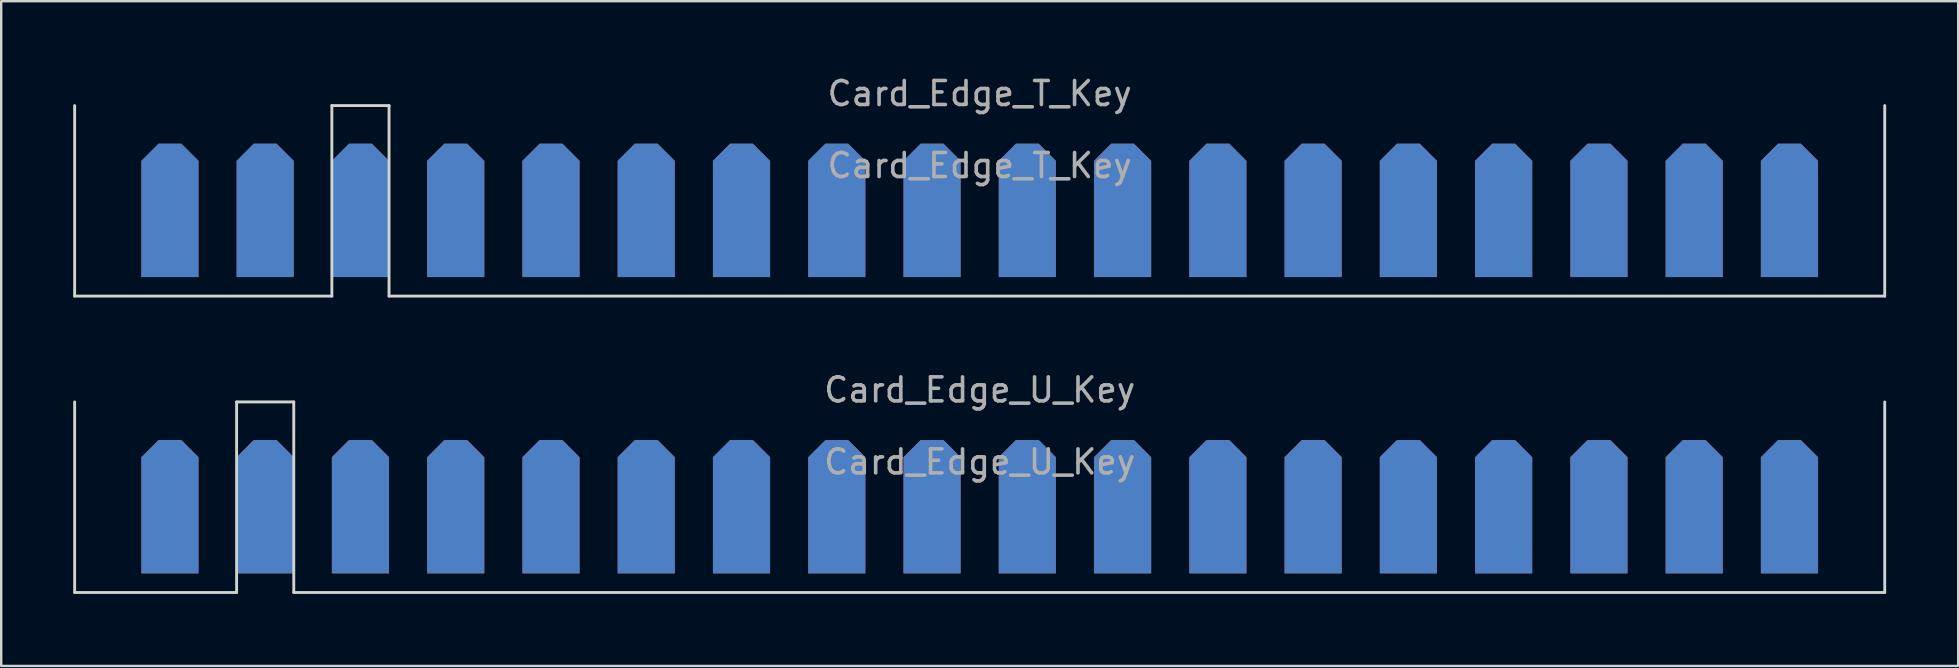
<source format=kicad_pcb>
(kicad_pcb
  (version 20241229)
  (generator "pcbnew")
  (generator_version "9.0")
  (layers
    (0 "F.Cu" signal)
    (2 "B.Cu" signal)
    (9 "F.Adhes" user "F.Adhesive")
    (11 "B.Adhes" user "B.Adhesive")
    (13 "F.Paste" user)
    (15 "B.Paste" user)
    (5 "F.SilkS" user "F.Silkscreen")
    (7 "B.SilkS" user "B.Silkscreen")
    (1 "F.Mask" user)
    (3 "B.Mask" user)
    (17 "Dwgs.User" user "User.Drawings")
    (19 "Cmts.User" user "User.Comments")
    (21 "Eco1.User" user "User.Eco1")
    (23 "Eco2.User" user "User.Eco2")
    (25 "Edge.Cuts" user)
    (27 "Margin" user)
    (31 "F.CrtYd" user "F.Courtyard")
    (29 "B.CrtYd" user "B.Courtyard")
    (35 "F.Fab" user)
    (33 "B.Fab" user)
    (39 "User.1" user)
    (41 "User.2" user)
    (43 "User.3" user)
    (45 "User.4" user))
  (footprint "Card_Edge_T_Key"
    (layer "F.Cu")
    (at 37.763 1.348)
    (property "Reference" "Card_Edge_T_Key" (at 0 -0.5 0) (unlocked yes) (layer "F.Fab") (effects (font (size 1 1) (thickness 0.15))))
    (fp_line (start -37.703 7.938) (end -37.703 0) (stroke (width 0.12) (type solid)) (layer "Edge.Cuts"))
    (fp_line (start -26.988 0) (end -26.988 7.938) (stroke (width 0.12) (type solid)) (layer "Edge.Cuts"))
    (fp_line (start -26.988 7.938) (end -37.703 7.938) (stroke (width 0.12) (type solid)) (layer "Edge.Cuts"))
    (fp_line (start -24.606 0) (end -26.988 0) (stroke (width 0.12) (type solid)) (layer "Edge.Cuts"))
    (fp_line (start -24.606 7.938) (end -24.606 0) (stroke (width 0.12) (type solid)) (layer "Edge.Cuts"))
    (fp_line (start 37.703 0) (end 37.703 7.938) (stroke (width 0.12) (type solid)) (layer "Edge.Cuts"))
    (fp_line (start 37.703 7.938) (end -24.606 7.938) (stroke (width 0.12) (type solid)) (layer "Edge.Cuts"))
    (fp_text user "${REFERENCE}" (at 0 2.5 0) (unlocked yes) (layer "F.Fab") (effects (font (size 1 1) (thickness 0.15))))
    (pad "a1" connect roundrect (at 33.734 4.366) (size 2.381 5.556) (layers "B.Cu" "B.Mask") (roundrect_rratio 0) (chamfer_ratio 0.3) (chamfer top_left top_right))
    (pad "a2" connect roundrect (at 29.766 4.366) (size 2.381 5.556) (layers "B.Cu" "B.Mask") (roundrect_rratio 0) (chamfer_ratio 0.3) (chamfer top_left top_right))
    (pad "a3" connect roundrect (at 25.797 4.366) (size 2.381 5.556) (layers "B.Cu" "B.Mask") (roundrect_rratio 0) (chamfer_ratio 0.3) (chamfer top_left top_right))
    (pad "a4" connect roundrect (at 21.828 4.366) (size 2.381 5.556) (layers "B.Cu" "B.Mask") (roundrect_rratio 0) (chamfer_ratio 0.3) (chamfer top_left top_right))
    (pad "a5" connect roundrect (at 17.859 4.366) (size 2.381 5.556) (layers "B.Cu" "B.Mask") (roundrect_rratio 0) (chamfer_ratio 0.3) (chamfer top_left top_right))
    (pad "a6" connect roundrect (at 13.891 4.366) (size 2.381 5.556) (layers "B.Cu" "B.Mask") (roundrect_rratio 0) (chamfer_ratio 0.3) (chamfer top_left top_right))
    (pad "a7" connect roundrect (at 9.922 4.366) (size 2.381 5.556) (layers "B.Cu" "B.Mask") (roundrect_rratio 0) (chamfer_ratio 0.3) (chamfer top_left top_right))
    (pad "a8" connect roundrect (at 5.953 4.366) (size 2.381 5.556) (layers "B.Cu" "B.Mask") (roundrect_rratio 0) (chamfer_ratio 0.3) (chamfer top_left top_right))
    (pad "a9" connect roundrect (at 1.984 4.366) (size 2.381 5.556) (layers "B.Cu" "B.Mask") (roundrect_rratio 0) (chamfer_ratio 0.3) (chamfer top_left top_right))
    (pad "a10" connect roundrect (at -1.984 4.366) (size 2.381 5.556) (layers "B.Cu" "B.Mask") (roundrect_rratio 0) (chamfer_ratio 0.3) (chamfer top_left top_right))
    (pad "a11" connect roundrect (at -5.953 4.366) (size 2.381 5.556) (layers "B.Cu" "B.Mask") (roundrect_rratio 0) (chamfer_ratio 0.3) (chamfer top_left top_right))
    (pad "a12" connect roundrect (at -9.922 4.366) (size 2.381 5.556) (layers "B.Cu" "B.Mask") (roundrect_rratio 0) (chamfer_ratio 0.3) (chamfer top_left top_right))
    (pad "a13" connect roundrect (at -13.891 4.366) (size 2.381 5.556) (layers "B.Cu" "B.Mask") (roundrect_rratio 0) (chamfer_ratio 0.3) (chamfer top_left top_right))
    (pad "a14" connect roundrect (at -17.859 4.366) (size 2.381 5.556) (layers "B.Cu" "B.Mask") (roundrect_rratio 0) (chamfer_ratio 0.3) (chamfer top_left top_right))
    (pad "a15" connect roundrect (at -21.828 4.366) (size 2.381 5.556) (layers "B.Cu" "B.Mask") (roundrect_rratio 0) (chamfer_ratio 0.3) (chamfer top_left top_right))
    (pad "a16" connect roundrect (at -25.797 4.366) (size 2.381 5.556) (layers "B.Cu" "B.Mask") (roundrect_rratio 0) (chamfer_ratio 0.3) (chamfer top_left top_right))
    (pad "a17" connect roundrect (at -29.766 4.366) (size 2.381 5.556) (layers "B.Cu" "B.Mask") (roundrect_rratio 0) (chamfer_ratio 0.3) (chamfer top_left top_right))
    (pad "a18" connect roundrect (at -33.734 4.366) (size 2.381 5.556) (layers "B.Cu" "B.Mask") (roundrect_rratio 0) (chamfer_ratio 0.3) (chamfer top_left top_right))
    (pad "b1" connect roundrect (at 33.734 4.366) (size 2.381 5.556) (layers "F.Cu" "F.Mask") (roundrect_rratio 0) (chamfer_ratio 0.3) (chamfer top_left top_right))
    (pad "b2" connect roundrect (at 29.766 4.366) (size 2.381 5.556) (layers "F.Cu" "F.Mask") (roundrect_rratio 0) (chamfer_ratio 0.3) (chamfer top_left top_right))
    (pad "b3" connect roundrect (at 25.797 4.366) (size 2.381 5.556) (layers "F.Cu" "F.Mask") (roundrect_rratio 0) (chamfer_ratio 0.3) (chamfer top_left top_right))
    (pad "b4" connect roundrect (at 21.828 4.366) (size 2.381 5.556) (layers "F.Cu" "F.Mask") (roundrect_rratio 0) (chamfer_ratio 0.3) (chamfer top_left top_right))
    (pad "b5" connect roundrect (at 17.859 4.366) (size 2.381 5.556) (layers "F.Cu" "F.Mask") (roundrect_rratio 0) (chamfer_ratio 0.3) (chamfer top_left top_right))
    (pad "b6" connect roundrect (at 13.891 4.366) (size 2.381 5.556) (layers "F.Cu" "F.Mask") (roundrect_rratio 0) (chamfer_ratio 0.3) (chamfer top_left top_right))
    (pad "b7" connect roundrect (at 9.922 4.366) (size 2.381 5.556) (layers "F.Cu" "F.Mask") (roundrect_rratio 0) (chamfer_ratio 0.3) (chamfer top_left top_right))
    (pad "b8" connect roundrect (at 5.953 4.366) (size 2.381 5.556) (layers "F.Cu" "F.Mask") (roundrect_rratio 0) (chamfer_ratio 0.3) (chamfer top_left top_right))
    (pad "b9" connect roundrect (at 1.984 4.366) (size 2.381 5.556) (layers "F.Cu" "F.Mask") (roundrect_rratio 0) (chamfer_ratio 0.3) (chamfer top_left top_right))
    (pad "b10" connect roundrect (at -1.984 4.366) (size 2.381 5.556) (layers "F.Cu" "F.Mask") (roundrect_rratio 0) (chamfer_ratio 0.3) (chamfer top_left top_right))
    (pad "b11" connect roundrect (at -5.953 4.366) (size 2.381 5.556) (layers "F.Cu" "F.Mask") (roundrect_rratio 0) (chamfer_ratio 0.3) (chamfer top_left top_right))
    (pad "b12" connect roundrect (at -9.922 4.366) (size 2.381 5.556) (layers "F.Cu" "F.Mask") (roundrect_rratio 0) (chamfer_ratio 0.3) (chamfer top_left top_right))
    (pad "b13" connect roundrect (at -13.891 4.366) (size 2.381 5.556) (layers "F.Cu" "F.Mask") (roundrect_rratio 0) (chamfer_ratio 0.3) (chamfer top_left top_right))
    (pad "b14" connect roundrect (at -17.859 4.366) (size 2.381 5.556) (layers "F.Cu" "F.Mask") (roundrect_rratio 0) (chamfer_ratio 0.3) (chamfer top_left top_right))
    (pad "b15" connect roundrect (at -21.828 4.366) (size 2.381 5.556) (layers "F.Cu" "F.Mask") (roundrect_rratio 0) (chamfer_ratio 0.3) (chamfer top_left top_right))
    (pad "b16" connect roundrect (at -25.797 4.366) (size 2.381 5.556) (layers "F.Cu" "F.Mask") (roundrect_rratio 0) (chamfer_ratio 0.3) (chamfer top_left top_right))
    (pad "b17" connect roundrect (at -29.766 4.366) (size 2.381 5.556) (layers "F.Cu" "F.Mask") (roundrect_rratio 0) (chamfer_ratio 0.3) (chamfer top_left top_right))
    (pad "b18" connect roundrect (at -33.734 4.366) (size 2.381 5.556) (layers "F.Cu" "F.Mask") (roundrect_rratio 0) (chamfer_ratio 0.3) (chamfer top_left top_right)))
  (footprint "Card_Edge_U_Key"
    (layer "F.Cu")
    (at 37.763 13.694)
    (property "Reference" "Card_Edge_U_Key" (at 0 -0.5 0) (unlocked yes) (layer "F.Fab") (effects (font (size 1 1) (thickness 0.15))))
    (fp_line (start -37.703 7.938) (end -37.703 0) (stroke (width 0.12) (type solid)) (layer "Edge.Cuts"))
    (fp_line (start -30.956 0) (end -30.956 7.938) (stroke (width 0.12) (type solid)) (layer "Edge.Cuts"))
    (fp_line (start -30.956 0) (end -28.575 0) (stroke (width 0.12) (type solid)) (layer "Edge.Cuts"))
    (fp_line (start -30.956 7.938) (end -37.703 7.938) (stroke (width 0.12) (type solid)) (layer "Edge.Cuts"))
    (fp_line (start -28.575 7.938) (end -28.575 0) (stroke (width 0.12) (type solid)) (layer "Edge.Cuts"))
    (fp_line (start 37.703 0) (end 37.703 7.938) (stroke (width 0.12) (type solid)) (layer "Edge.Cuts"))
    (fp_line (start 37.703 7.938) (end -28.575 7.938) (stroke (width 0.12) (type solid)) (layer "Edge.Cuts"))
    (fp_text user "${REFERENCE}" (at 0 2.5 0) (unlocked yes) (layer "F.Fab") (effects (font (size 1 1) (thickness 0.15))))
    (pad "a1" connect roundrect (at 33.734 4.366) (size 2.381 5.556) (layers "B.Cu" "B.Mask") (roundrect_rratio 0) (chamfer_ratio 0.3) (chamfer top_left top_right))
    (pad "a2" connect roundrect (at 29.766 4.366) (size 2.381 5.556) (layers "B.Cu" "B.Mask") (roundrect_rratio 0) (chamfer_ratio 0.3) (chamfer top_left top_right))
    (pad "a3" connect roundrect (at 25.797 4.366) (size 2.381 5.556) (layers "B.Cu" "B.Mask") (roundrect_rratio 0) (chamfer_ratio 0.3) (chamfer top_left top_right))
    (pad "a4" connect roundrect (at 21.828 4.366) (size 2.381 5.556) (layers "B.Cu" "B.Mask") (roundrect_rratio 0) (chamfer_ratio 0.3) (chamfer top_left top_right))
    (pad "a5" connect roundrect (at 17.859 4.366) (size 2.381 5.556) (layers "B.Cu" "B.Mask") (roundrect_rratio 0) (chamfer_ratio 0.3) (chamfer top_left top_right))
    (pad "a6" connect roundrect (at 13.891 4.366) (size 2.381 5.556) (layers "B.Cu" "B.Mask") (roundrect_rratio 0) (chamfer_ratio 0.3) (chamfer top_left top_right))
    (pad "a7" connect roundrect (at 9.922 4.366) (size 2.381 5.556) (layers "B.Cu" "B.Mask") (roundrect_rratio 0) (chamfer_ratio 0.3) (chamfer top_left top_right))
    (pad "a8" connect roundrect (at 5.953 4.366) (size 2.381 5.556) (layers "B.Cu" "B.Mask") (roundrect_rratio 0) (chamfer_ratio 0.3) (chamfer top_left top_right))
    (pad "a9" connect roundrect (at 1.984 4.366) (size 2.381 5.556) (layers "B.Cu" "B.Mask") (roundrect_rratio 0) (chamfer_ratio 0.3) (chamfer top_left top_right))
    (pad "a10" connect roundrect (at -1.984 4.366) (size 2.381 5.556) (layers "B.Cu" "B.Mask") (roundrect_rratio 0) (chamfer_ratio 0.3) (chamfer top_left top_right))
    (pad "a11" connect roundrect (at -5.953 4.366) (size 2.381 5.556) (layers "B.Cu" "B.Mask") (roundrect_rratio 0) (chamfer_ratio 0.3) (chamfer top_left top_right))
    (pad "a12" connect roundrect (at -9.922 4.366) (size 2.381 5.556) (layers "B.Cu" "B.Mask") (roundrect_rratio 0) (chamfer_ratio 0.3) (chamfer top_left top_right))
    (pad "a13" connect roundrect (at -13.891 4.366) (size 2.381 5.556) (layers "B.Cu" "B.Mask") (roundrect_rratio 0) (chamfer_ratio 0.3) (chamfer top_left top_right))
    (pad "a14" connect roundrect (at -17.859 4.366) (size 2.381 5.556) (layers "B.Cu" "B.Mask") (roundrect_rratio 0) (chamfer_ratio 0.3) (chamfer top_left top_right))
    (pad "a15" connect roundrect (at -21.828 4.366) (size 2.381 5.556) (layers "B.Cu" "B.Mask") (roundrect_rratio 0) (chamfer_ratio 0.3) (chamfer top_left top_right))
    (pad "a16" connect roundrect (at -25.797 4.366) (size 2.381 5.556) (layers "B.Cu" "B.Mask") (roundrect_rratio 0) (chamfer_ratio 0.3) (chamfer top_left top_right))
    (pad "a17" connect roundrect (at -29.766 4.366) (size 2.381 5.556) (layers "B.Cu" "B.Mask") (roundrect_rratio 0) (chamfer_ratio 0.3) (chamfer top_left top_right))
    (pad "a18" connect roundrect (at -33.734 4.366) (size 2.381 5.556) (layers "B.Cu" "B.Mask") (roundrect_rratio 0) (chamfer_ratio 0.3) (chamfer top_left top_right))
    (pad "b1" connect roundrect (at 33.734 4.366) (size 2.381 5.556) (layers "F.Cu" "F.Mask") (roundrect_rratio 0) (chamfer_ratio 0.3) (chamfer top_left top_right))
    (pad "b2" connect roundrect (at 29.766 4.366) (size 2.381 5.556) (layers "F.Cu" "F.Mask") (roundrect_rratio 0) (chamfer_ratio 0.3) (chamfer top_left top_right))
    (pad "b3" connect roundrect (at 25.797 4.366) (size 2.381 5.556) (layers "F.Cu" "F.Mask") (roundrect_rratio 0) (chamfer_ratio 0.3) (chamfer top_left top_right))
    (pad "b4" connect roundrect (at 21.828 4.366) (size 2.381 5.556) (layers "F.Cu" "F.Mask") (roundrect_rratio 0) (chamfer_ratio 0.3) (chamfer top_left top_right))
    (pad "b5" connect roundrect (at 17.859 4.366) (size 2.381 5.556) (layers "F.Cu" "F.Mask") (roundrect_rratio 0) (chamfer_ratio 0.3) (chamfer top_left top_right))
    (pad "b6" connect roundrect (at 13.891 4.366) (size 2.381 5.556) (layers "F.Cu" "F.Mask") (roundrect_rratio 0) (chamfer_ratio 0.3) (chamfer top_left top_right))
    (pad "b7" connect roundrect (at 9.922 4.366) (size 2.381 5.556) (layers "F.Cu" "F.Mask") (roundrect_rratio 0) (chamfer_ratio 0.3) (chamfer top_left top_right))
    (pad "b8" connect roundrect (at 5.953 4.366) (size 2.381 5.556) (layers "F.Cu" "F.Mask") (roundrect_rratio 0) (chamfer_ratio 0.3) (chamfer top_left top_right))
    (pad "b9" connect roundrect (at 1.984 4.366) (size 2.381 5.556) (layers "F.Cu" "F.Mask") (roundrect_rratio 0) (chamfer_ratio 0.3) (chamfer top_left top_right))
    (pad "b10" connect roundrect (at -1.984 4.366) (size 2.381 5.556) (layers "F.Cu" "F.Mask") (roundrect_rratio 0) (chamfer_ratio 0.3) (chamfer top_left top_right))
    (pad "b11" connect roundrect (at -5.953 4.366) (size 2.381 5.556) (layers "F.Cu" "F.Mask") (roundrect_rratio 0) (chamfer_ratio 0.3) (chamfer top_left top_right))
    (pad "b12" connect roundrect (at -9.922 4.366) (size 2.381 5.556) (layers "F.Cu" "F.Mask") (roundrect_rratio 0) (chamfer_ratio 0.3) (chamfer top_left top_right))
    (pad "b13" connect roundrect (at -13.891 4.366) (size 2.381 5.556) (layers "F.Cu" "F.Mask") (roundrect_rratio 0) (chamfer_ratio 0.3) (chamfer top_left top_right))
    (pad "b14" connect roundrect (at -17.859 4.366) (size 2.381 5.556) (layers "F.Cu" "F.Mask") (roundrect_rratio 0) (chamfer_ratio 0.3) (chamfer top_left top_right))
    (pad "b15" connect roundrect (at -21.828 4.366) (size 2.381 5.556) (layers "F.Cu" "F.Mask") (roundrect_rratio 0) (chamfer_ratio 0.3) (chamfer top_left top_right))
    (pad "b16" connect roundrect (at -25.797 4.366) (size 2.381 5.556) (layers "F.Cu" "F.Mask") (roundrect_rratio 0) (chamfer_ratio 0.3) (chamfer top_left top_right))
    (pad "b17" connect roundrect (at -29.766 4.366) (size 2.381 5.556) (layers "F.Cu" "F.Mask") (roundrect_rratio 0) (chamfer_ratio 0.3) (chamfer top_left top_right))
    (pad "b18" connect roundrect (at -33.734 4.366) (size 2.381 5.556) (layers "F.Cu" "F.Mask") (roundrect_rratio 0) (chamfer_ratio 0.3) (chamfer top_left top_right)))
  (gr_rect
    (start -3 -3)
    (end 78.526 24.692)
    (stroke (width 0.1) (type default))
    (fill no)
    (layer "Edge.Cuts")))
</source>
